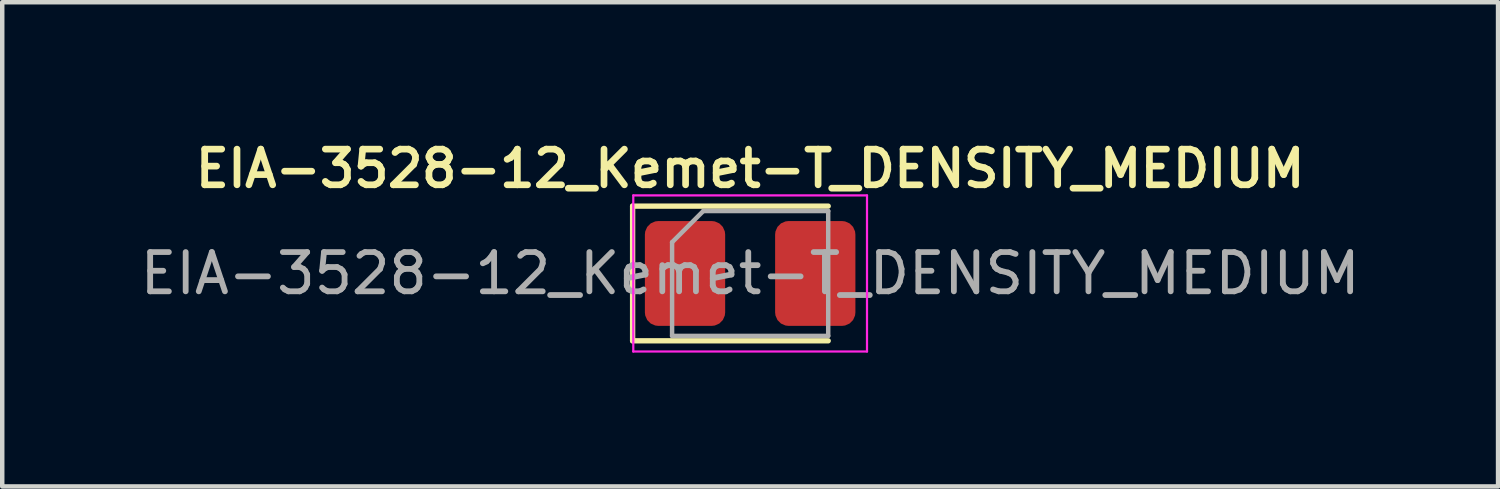
<source format=kicad_pcb>
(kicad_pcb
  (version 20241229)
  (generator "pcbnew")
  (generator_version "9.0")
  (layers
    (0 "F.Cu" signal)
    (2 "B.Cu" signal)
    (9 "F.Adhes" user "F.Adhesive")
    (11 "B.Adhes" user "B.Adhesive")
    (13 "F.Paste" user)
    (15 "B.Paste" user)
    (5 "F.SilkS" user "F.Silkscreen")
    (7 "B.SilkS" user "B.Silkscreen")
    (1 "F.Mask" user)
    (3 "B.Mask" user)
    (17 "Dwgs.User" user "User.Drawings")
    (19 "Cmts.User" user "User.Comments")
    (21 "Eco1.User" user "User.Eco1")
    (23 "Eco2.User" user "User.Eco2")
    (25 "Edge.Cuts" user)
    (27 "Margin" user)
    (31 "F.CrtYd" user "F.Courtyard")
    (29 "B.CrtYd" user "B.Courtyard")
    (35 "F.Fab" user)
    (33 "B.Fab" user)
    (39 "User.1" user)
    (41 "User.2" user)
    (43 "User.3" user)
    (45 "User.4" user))
  (footprint "EIA-3528-12_Kemet-T_DENSITY_MEDIUM"
    (layer "F.Cu")
    (at 13.768 3.081)
    (property "Reference" "EIA-3528-12_Kemet-T_DENSITY_MEDIUM" (at 0 -2.35 0) (layer "F.SilkS") (effects (font (size 0.8 0.8) (thickness 0.15))))
    (attr smd)
    (fp_line (start -2.635 -1.51) (end -2.635 1.51) (stroke (width 0.12) (type solid)) (layer "F.SilkS"))
    (fp_line (start -2.635 1.51) (end 1.75 1.51) (stroke (width 0.12) (type solid)) (layer "F.SilkS"))
    (fp_line (start 1.75 -1.51) (end -2.635 -1.51) (stroke (width 0.12) (type solid)) (layer "F.SilkS"))
    (fp_line (start -2.62 -1.75) (end 2.62 -1.75) (stroke (width 0.05) (type solid)) (layer "F.CrtYd"))
    (fp_line (start -2.62 1.75) (end -2.62 -1.75) (stroke (width 0.05) (type solid)) (layer "F.CrtYd"))
    (fp_line (start 2.62 -1.75) (end 2.62 1.75) (stroke (width 0.05) (type solid)) (layer "F.CrtYd"))
    (fp_line (start 2.62 1.75) (end -2.62 1.75) (stroke (width 0.05) (type solid)) (layer "F.CrtYd"))
    (fp_line (start -1.75 -0.7) (end -1.75 1.4) (stroke (width 0.1) (type solid)) (layer "F.Fab"))
    (fp_line (start -1.75 1.4) (end 1.75 1.4) (stroke (width 0.1) (type solid)) (layer "F.Fab"))
    (fp_line (start -1.05 -1.4) (end -1.75 -0.7) (stroke (width 0.1) (type solid)) (layer "F.Fab"))
    (fp_line (start 1.75 -1.4) (end -1.05 -1.4) (stroke (width 0.1) (type solid)) (layer "F.Fab"))
    (fp_line (start 1.75 1.4) (end 1.75 -1.4) (stroke (width 0.1) (type solid)) (layer "F.Fab"))
    (fp_text user "${REFERENCE}" (at 0 0 0) (layer "F.Fab") (effects (font (size 0.88 0.88) (thickness 0.13))))
    (pad "1" smd roundrect (at -1.46 0) (size 1.8 2.35) (layers "F.Cu" "F.Mask" "F.Paste") (roundrect_rratio 0.167))
    (pad "2" smd roundrect (at 1.46 0) (size 1.8 2.35) (layers "F.Cu" "F.Mask" "F.Paste") (roundrect_rratio 0.167)))
  (gr_rect
    (start -3 -3)
    (end 30.536 7.856)
    (stroke (width 0.1) (type default))
    (fill no)
    (layer "Edge.Cuts")))
</source>
